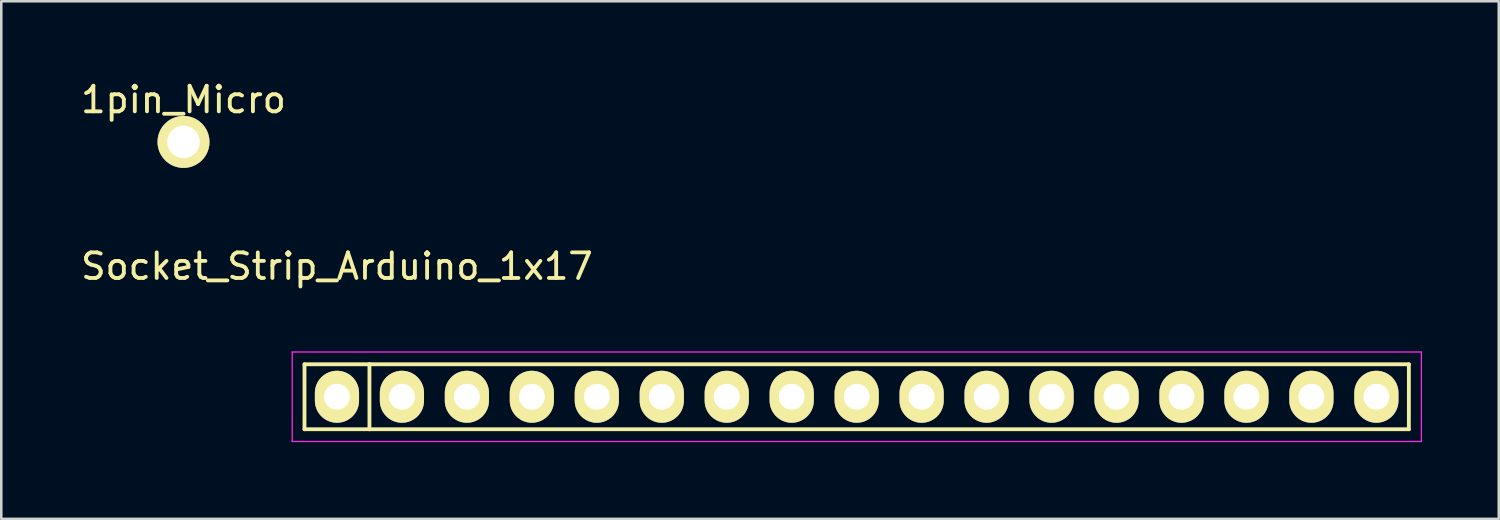
<source format=kicad_pcb>
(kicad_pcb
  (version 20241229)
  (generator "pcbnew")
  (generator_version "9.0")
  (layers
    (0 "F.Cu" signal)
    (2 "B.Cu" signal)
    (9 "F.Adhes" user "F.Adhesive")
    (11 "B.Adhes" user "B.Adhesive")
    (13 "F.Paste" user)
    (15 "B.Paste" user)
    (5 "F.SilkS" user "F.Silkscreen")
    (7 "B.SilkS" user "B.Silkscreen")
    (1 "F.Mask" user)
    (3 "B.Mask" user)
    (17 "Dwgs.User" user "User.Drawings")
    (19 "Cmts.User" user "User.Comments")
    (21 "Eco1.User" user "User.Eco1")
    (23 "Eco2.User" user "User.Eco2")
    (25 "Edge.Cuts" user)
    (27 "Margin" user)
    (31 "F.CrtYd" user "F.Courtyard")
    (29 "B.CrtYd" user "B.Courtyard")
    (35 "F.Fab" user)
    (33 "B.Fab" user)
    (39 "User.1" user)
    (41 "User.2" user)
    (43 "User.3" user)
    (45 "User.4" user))
  (footprint "1pin_Micro"
    (layer "F.Cu")
    (at 4.125 2.499)
    (property "Reference" "1pin_Micro" (at 0 -1.651 0) (layer "F.SilkS") (effects (font (size 1 1) (thickness 0.15))))
    (attr through_hole)
    (pad "1" thru_hole circle (at 0 0) (size 2.032 2.032) (drill 1.27) (layers "*.Cu" "*.Mask" "F.SilkS")))
  (footprint "Socket_Strip_Arduino_1x17"
    (layer "F.Cu")
    (at 10.125 12.463)
    (property "Reference" "Socket_Strip_Arduino_1x17" (at 0 -5.1 0) (layer "F.SilkS") (effects (font (size 1 1) (thickness 0.15))))
    (attr through_hole)
    (fp_line (start -1.27 -1.27) (end -1.27 1.27) (stroke (width 0.15) (type solid)) (layer "F.SilkS"))
    (fp_line (start -1.27 1.27) (end 1.27 1.27) (stroke (width 0.15) (type solid)) (layer "F.SilkS"))
    (fp_line (start 1.27 -1.27) (end -1.27 -1.27) (stroke (width 0.15) (type solid)) (layer "F.SilkS"))
    (fp_line (start 1.27 1.27) (end 1.27 -1.27) (stroke (width 0.15) (type solid)) (layer "F.SilkS"))
    (fp_line (start 1.27 1.27) (end 41.91 1.27) (stroke (width 0.15) (type solid)) (layer "F.SilkS"))
    (fp_line (start 41.91 -1.27) (end 1.27 -1.27) (stroke (width 0.15) (type solid)) (layer "F.SilkS"))
    (fp_line (start 41.91 1.27) (end 41.91 -1.27) (stroke (width 0.15) (type solid)) (layer "F.SilkS"))
    (fp_line (start -1.75 -1.75) (end -1.75 1.75) (stroke (width 0.05) (type solid)) (layer "F.CrtYd"))
    (fp_line (start -1.75 -1.75) (end 42.4 -1.75) (stroke (width 0.05) (type solid)) (layer "F.CrtYd"))
    (fp_line (start -1.75 1.75) (end 42.4 1.75) (stroke (width 0.05) (type solid)) (layer "F.CrtYd"))
    (fp_line (start 42.4 -1.75) (end 42.4 1.75) (stroke (width 0.05) (type solid)) (layer "F.CrtYd"))
    (pad "1" thru_hole oval (at 0 0) (size 1.727 2.032) (drill 1.016) (layers "*.Cu" "*.Mask" "F.SilkS"))
    (pad "2" thru_hole oval (at 2.54 0) (size 1.727 2.032) (drill 1.016) (layers "*.Cu" "*.Mask" "F.SilkS"))
    (pad "3" thru_hole oval (at 5.08 0) (size 1.727 2.032) (drill 1.016) (layers "*.Cu" "*.Mask" "F.SilkS"))
    (pad "4" thru_hole oval (at 7.62 0) (size 1.727 2.032) (drill 1.016) (layers "*.Cu" "*.Mask" "F.SilkS"))
    (pad "5" thru_hole oval (at 10.16 0) (size 1.727 2.032) (drill 1.016) (layers "*.Cu" "*.Mask" "F.SilkS"))
    (pad "6" thru_hole oval (at 12.7 0) (size 1.727 2.032) (drill 1.016) (layers "*.Cu" "*.Mask" "F.SilkS"))
    (pad "7" thru_hole oval (at 15.24 0) (size 1.727 2.032) (drill 1.016) (layers "*.Cu" "*.Mask" "F.SilkS"))
    (pad "8" thru_hole oval (at 17.78 0) (size 1.727 2.032) (drill 1.016) (layers "*.Cu" "*.Mask" "F.SilkS"))
    (pad "9" thru_hole oval (at 20.32 0) (size 1.727 2.032) (drill 1.016) (layers "*.Cu" "*.Mask" "F.SilkS"))
    (pad "10" thru_hole oval (at 22.86 0) (size 1.727 2.032) (drill 1.016) (layers "*.Cu" "*.Mask" "F.SilkS"))
    (pad "11" thru_hole oval (at 25.4 0) (size 1.727 2.032) (drill 1.016) (layers "*.Cu" "*.Mask" "F.SilkS"))
    (pad "12" thru_hole oval (at 27.94 0) (size 1.727 2.032) (drill 1.016) (layers "*.Cu" "*.Mask" "F.SilkS"))
    (pad "13" thru_hole oval (at 30.48 0) (size 1.727 2.032) (drill 1.016) (layers "*.Cu" "*.Mask" "F.SilkS"))
    (pad "14" thru_hole oval (at 33.02 0) (size 1.727 2.032) (drill 1.016) (layers "*.Cu" "*.Mask" "F.SilkS"))
    (pad "15" thru_hole oval (at 35.56 0) (size 1.727 2.032) (drill 1.016) (layers "*.Cu" "*.Mask" "F.SilkS"))
    (pad "16" thru_hole oval (at 38.1 0) (size 1.727 2.032) (drill 1.016) (layers "*.Cu" "*.Mask" "F.SilkS"))
    (pad "17" thru_hole oval (at 40.64 0) (size 1.727 2.032) (drill 1.016) (layers "*.Cu" "*.Mask" "F.SilkS")))
  (gr_rect
    (start -3 -3)
    (end 55.55 17.238)
    (stroke (width 0.1) (type default))
    (fill no)
    (layer "Edge.Cuts")))
</source>
